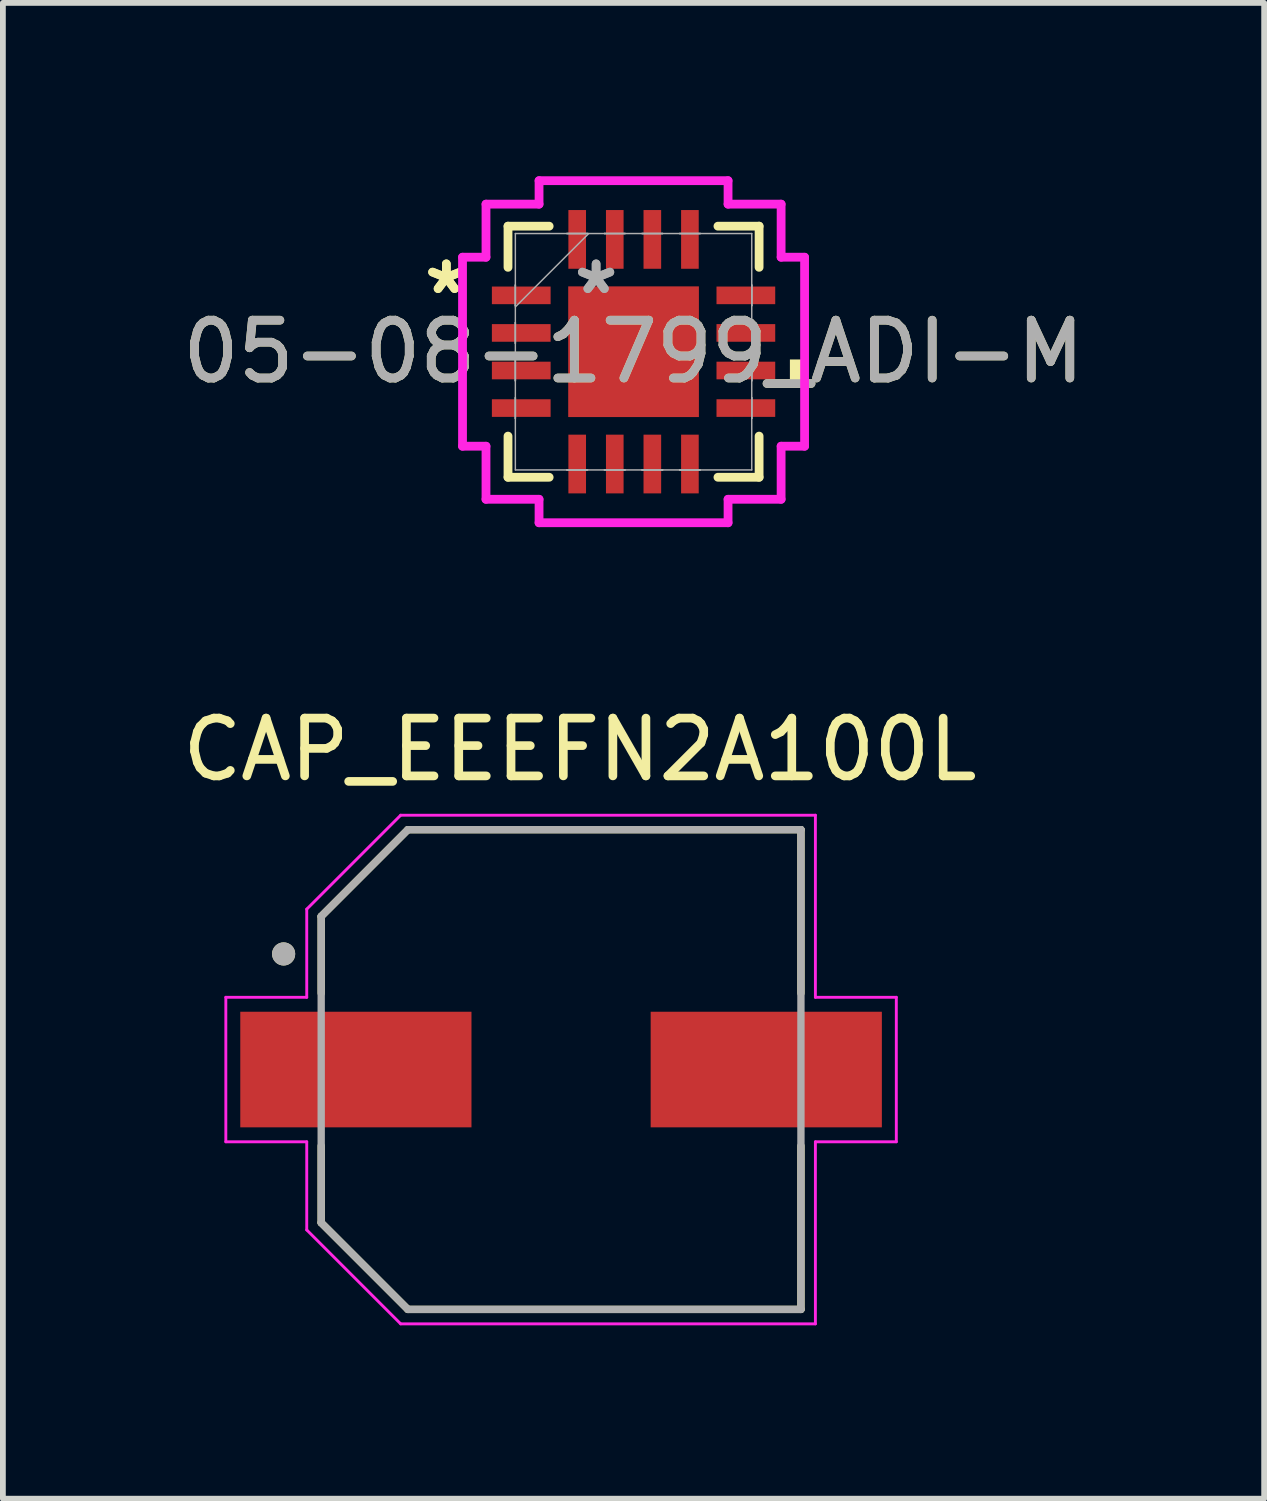
<source format=kicad_pcb>
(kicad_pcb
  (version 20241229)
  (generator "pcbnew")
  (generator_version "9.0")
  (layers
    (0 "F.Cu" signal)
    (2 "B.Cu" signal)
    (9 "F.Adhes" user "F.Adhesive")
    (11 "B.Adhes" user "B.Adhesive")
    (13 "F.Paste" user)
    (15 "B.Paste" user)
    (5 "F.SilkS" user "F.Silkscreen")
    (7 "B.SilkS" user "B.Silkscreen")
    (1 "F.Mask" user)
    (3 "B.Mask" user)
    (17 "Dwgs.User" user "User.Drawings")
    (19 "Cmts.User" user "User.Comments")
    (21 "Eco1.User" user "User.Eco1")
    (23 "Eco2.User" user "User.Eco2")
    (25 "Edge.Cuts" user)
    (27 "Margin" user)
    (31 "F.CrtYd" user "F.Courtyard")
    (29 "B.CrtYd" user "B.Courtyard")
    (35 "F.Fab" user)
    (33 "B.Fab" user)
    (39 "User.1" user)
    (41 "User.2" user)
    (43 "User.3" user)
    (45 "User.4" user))
  (footprint "05-08-1799_ADI-M"
    (layer "F.Cu")
    (at 7.911 3.035)
    (property "Reference" "05-08-1799_ADI-M" (at 0 0 0) (unlocked yes) (layer "F.SilkS") (effects (font (size 1 1) (thickness 0.15))))
    (attr smd)
    (fp_line (start -2.172 -2.172) (end -2.172 -1.46) (stroke (width 0.152) (type solid)) (layer "F.SilkS"))
    (fp_line (start -2.172 1.46) (end -2.172 2.172) (stroke (width 0.152) (type solid)) (layer "F.SilkS"))
    (fp_line (start -2.172 2.172) (end -1.46 2.172) (stroke (width 0.152) (type solid)) (layer "F.SilkS"))
    (fp_line (start -1.46 -2.172) (end -2.172 -2.172) (stroke (width 0.152) (type solid)) (layer "F.SilkS"))
    (fp_line (start 1.46 2.172) (end 2.172 2.172) (stroke (width 0.152) (type solid)) (layer "F.SilkS"))
    (fp_line (start 2.172 -2.172) (end 1.46 -2.172) (stroke (width 0.152) (type solid)) (layer "F.SilkS"))
    (fp_line (start 2.172 -1.46) (end 2.172 -2.172) (stroke (width 0.152) (type solid)) (layer "F.SilkS"))
    (fp_line (start 2.172 2.172) (end 2.172 1.46) (stroke (width 0.152) (type solid)) (layer "F.SilkS"))
    (fp_poly (pts (xy 2.959 0.134) (xy 2.959 0.515) (xy 2.705 0.515) (xy 2.705 0.134)) (stroke (width 0) (type solid)) (fill yes) (layer "F.SilkS"))
    (fp_line (start -2.959 -1.635) (end -2.553 -1.635) (stroke (width 0.152) (type solid)) (layer "F.CrtYd"))
    (fp_line (start -2.959 1.635) (end -2.959 -1.635) (stroke (width 0.152) (type solid)) (layer "F.CrtYd"))
    (fp_line (start -2.553 -2.553) (end -1.635 -2.553) (stroke (width 0.152) (type solid)) (layer "F.CrtYd"))
    (fp_line (start -2.553 -1.635) (end -2.553 -2.553) (stroke (width 0.152) (type solid)) (layer "F.CrtYd"))
    (fp_line (start -2.553 1.635) (end -2.959 1.635) (stroke (width 0.152) (type solid)) (layer "F.CrtYd"))
    (fp_line (start -2.553 2.553) (end -2.553 1.635) (stroke (width 0.152) (type solid)) (layer "F.CrtYd"))
    (fp_line (start -1.635 -2.959) (end 1.635 -2.959) (stroke (width 0.152) (type solid)) (layer "F.CrtYd"))
    (fp_line (start -1.635 -2.553) (end -1.635 -2.959) (stroke (width 0.152) (type solid)) (layer "F.CrtYd"))
    (fp_line (start -1.635 2.553) (end -2.553 2.553) (stroke (width 0.152) (type solid)) (layer "F.CrtYd"))
    (fp_line (start -1.635 2.959) (end -1.635 2.553) (stroke (width 0.152) (type solid)) (layer "F.CrtYd"))
    (fp_line (start 1.635 -2.959) (end 1.635 -2.553) (stroke (width 0.152) (type solid)) (layer "F.CrtYd"))
    (fp_line (start 1.635 -2.553) (end 2.553 -2.553) (stroke (width 0.152) (type solid)) (layer "F.CrtYd"))
    (fp_line (start 1.635 2.553) (end 1.635 2.959) (stroke (width 0.152) (type solid)) (layer "F.CrtYd"))
    (fp_line (start 1.635 2.959) (end -1.635 2.959) (stroke (width 0.152) (type solid)) (layer "F.CrtYd"))
    (fp_line (start 2.553 -2.553) (end 2.553 -1.635) (stroke (width 0.152) (type solid)) (layer "F.CrtYd"))
    (fp_line (start 2.553 -1.635) (end 2.959 -1.635) (stroke (width 0.152) (type solid)) (layer "F.CrtYd"))
    (fp_line (start 2.553 1.635) (end 2.553 2.553) (stroke (width 0.152) (type solid)) (layer "F.CrtYd"))
    (fp_line (start 2.553 2.553) (end 1.635 2.553) (stroke (width 0.152) (type solid)) (layer "F.CrtYd"))
    (fp_line (start 2.959 -1.635) (end 2.959 1.635) (stroke (width 0.152) (type solid)) (layer "F.CrtYd"))
    (fp_line (start 2.959 1.635) (end 2.553 1.635) (stroke (width 0.152) (type solid)) (layer "F.CrtYd"))
    (fp_line (start -2.045 -2.045) (end -2.045 2.045) (stroke (width 0.025) (type solid)) (layer "F.Fab"))
    (fp_line (start -2.045 -1.153) (end -2.045 -1.153) (stroke (width 0.025) (type solid)) (layer "F.Fab"))
    (fp_line (start -2.045 -1.153) (end -2.045 -0.797) (stroke (width 0.025) (type solid)) (layer "F.Fab"))
    (fp_line (start -2.045 -0.797) (end -2.045 -1.153) (stroke (width 0.025) (type solid)) (layer "F.Fab"))
    (fp_line (start -2.045 -0.797) (end -2.045 -0.797) (stroke (width 0.025) (type solid)) (layer "F.Fab"))
    (fp_line (start -2.045 -0.775) (end -0.775 -2.045) (stroke (width 0.025) (type solid)) (layer "F.Fab"))
    (fp_line (start -2.045 -0.503) (end -2.045 -0.503) (stroke (width 0.025) (type solid)) (layer "F.Fab"))
    (fp_line (start -2.045 -0.503) (end -2.045 -0.147) (stroke (width 0.025) (type solid)) (layer "F.Fab"))
    (fp_line (start -2.045 -0.147) (end -2.045 -0.503) (stroke (width 0.025) (type solid)) (layer "F.Fab"))
    (fp_line (start -2.045 -0.147) (end -2.045 -0.147) (stroke (width 0.025) (type solid)) (layer "F.Fab"))
    (fp_line (start -2.045 0.147) (end -2.045 0.147) (stroke (width 0.025) (type solid)) (layer "F.Fab"))
    (fp_line (start -2.045 0.147) (end -2.045 0.503) (stroke (width 0.025) (type solid)) (layer "F.Fab"))
    (fp_line (start -2.045 0.503) (end -2.045 0.147) (stroke (width 0.025) (type solid)) (layer "F.Fab"))
    (fp_line (start -2.045 0.503) (end -2.045 0.503) (stroke (width 0.025) (type solid)) (layer "F.Fab"))
    (fp_line (start -2.045 0.797) (end -2.045 0.797) (stroke (width 0.025) (type solid)) (layer "F.Fab"))
    (fp_line (start -2.045 0.797) (end -2.045 1.153) (stroke (width 0.025) (type solid)) (layer "F.Fab"))
    (fp_line (start -2.045 1.153) (end -2.045 0.797) (stroke (width 0.025) (type solid)) (layer "F.Fab"))
    (fp_line (start -2.045 1.153) (end -2.045 1.153) (stroke (width 0.025) (type solid)) (layer "F.Fab"))
    (fp_line (start -2.045 2.045) (end 2.045 2.045) (stroke (width 0.025) (type solid)) (layer "F.Fab"))
    (fp_line (start -1.153 -2.045) (end -1.153 -2.045) (stroke (width 0.025) (type solid)) (layer "F.Fab"))
    (fp_line (start -1.153 -2.045) (end -0.797 -2.045) (stroke (width 0.025) (type solid)) (layer "F.Fab"))
    (fp_line (start -1.153 2.045) (end -1.153 2.045) (stroke (width 0.025) (type solid)) (layer "F.Fab"))
    (fp_line (start -1.153 2.045) (end -0.797 2.045) (stroke (width 0.025) (type solid)) (layer "F.Fab"))
    (fp_line (start -0.797 -2.045) (end -1.153 -2.045) (stroke (width 0.025) (type solid)) (layer "F.Fab"))
    (fp_line (start -0.797 -2.045) (end -0.797 -2.045) (stroke (width 0.025) (type solid)) (layer "F.Fab"))
    (fp_line (start -0.797 2.045) (end -1.153 2.045) (stroke (width 0.025) (type solid)) (layer "F.Fab"))
    (fp_line (start -0.797 2.045) (end -0.797 2.045) (stroke (width 0.025) (type solid)) (layer "F.Fab"))
    (fp_line (start -0.503 -2.045) (end -0.503 -2.045) (stroke (width 0.025) (type solid)) (layer "F.Fab"))
    (fp_line (start -0.503 -2.045) (end -0.147 -2.045) (stroke (width 0.025) (type solid)) (layer "F.Fab"))
    (fp_line (start -0.503 2.045) (end -0.503 2.045) (stroke (width 0.025) (type solid)) (layer "F.Fab"))
    (fp_line (start -0.503 2.045) (end -0.147 2.045) (stroke (width 0.025) (type solid)) (layer "F.Fab"))
    (fp_line (start -0.147 -2.045) (end -0.503 -2.045) (stroke (width 0.025) (type solid)) (layer "F.Fab"))
    (fp_line (start -0.147 -2.045) (end -0.147 -2.045) (stroke (width 0.025) (type solid)) (layer "F.Fab"))
    (fp_line (start -0.147 2.045) (end -0.503 2.045) (stroke (width 0.025) (type solid)) (layer "F.Fab"))
    (fp_line (start -0.147 2.045) (end -0.147 2.045) (stroke (width 0.025) (type solid)) (layer "F.Fab"))
    (fp_line (start 0.147 -2.045) (end 0.147 -2.045) (stroke (width 0.025) (type solid)) (layer "F.Fab"))
    (fp_line (start 0.147 -2.045) (end 0.503 -2.045) (stroke (width 0.025) (type solid)) (layer "F.Fab"))
    (fp_line (start 0.147 2.045) (end 0.147 2.045) (stroke (width 0.025) (type solid)) (layer "F.Fab"))
    (fp_line (start 0.147 2.045) (end 0.503 2.045) (stroke (width 0.025) (type solid)) (layer "F.Fab"))
    (fp_line (start 0.503 -2.045) (end 0.147 -2.045) (stroke (width 0.025) (type solid)) (layer "F.Fab"))
    (fp_line (start 0.503 -2.045) (end 0.503 -2.045) (stroke (width 0.025) (type solid)) (layer "F.Fab"))
    (fp_line (start 0.503 2.045) (end 0.147 2.045) (stroke (width 0.025) (type solid)) (layer "F.Fab"))
    (fp_line (start 0.503 2.045) (end 0.503 2.045) (stroke (width 0.025) (type solid)) (layer "F.Fab"))
    (fp_line (start 0.797 -2.045) (end 0.797 -2.045) (stroke (width 0.025) (type solid)) (layer "F.Fab"))
    (fp_line (start 0.797 -2.045) (end 1.153 -2.045) (stroke (width 0.025) (type solid)) (layer "F.Fab"))
    (fp_line (start 0.797 2.045) (end 0.797 2.045) (stroke (width 0.025) (type solid)) (layer "F.Fab"))
    (fp_line (start 0.797 2.045) (end 1.153 2.045) (stroke (width 0.025) (type solid)) (layer "F.Fab"))
    (fp_line (start 1.153 -2.045) (end 0.797 -2.045) (stroke (width 0.025) (type solid)) (layer "F.Fab"))
    (fp_line (start 1.153 -2.045) (end 1.153 -2.045) (stroke (width 0.025) (type solid)) (layer "F.Fab"))
    (fp_line (start 1.153 2.045) (end 0.797 2.045) (stroke (width 0.025) (type solid)) (layer "F.Fab"))
    (fp_line (start 1.153 2.045) (end 1.153 2.045) (stroke (width 0.025) (type solid)) (layer "F.Fab"))
    (fp_line (start 2.045 -2.045) (end -2.045 -2.045) (stroke (width 0.025) (type solid)) (layer "F.Fab"))
    (fp_line (start 2.045 -1.153) (end 2.045 -1.153) (stroke (width 0.025) (type solid)) (layer "F.Fab"))
    (fp_line (start 2.045 -1.153) (end 2.045 -0.797) (stroke (width 0.025) (type solid)) (layer "F.Fab"))
    (fp_line (start 2.045 -0.797) (end 2.045 -1.153) (stroke (width 0.025) (type solid)) (layer "F.Fab"))
    (fp_line (start 2.045 -0.797) (end 2.045 -0.797) (stroke (width 0.025) (type solid)) (layer "F.Fab"))
    (fp_line (start 2.045 -0.503) (end 2.045 -0.503) (stroke (width 0.025) (type solid)) (layer "F.Fab"))
    (fp_line (start 2.045 -0.503) (end 2.045 -0.147) (stroke (width 0.025) (type solid)) (layer "F.Fab"))
    (fp_line (start 2.045 -0.147) (end 2.045 -0.503) (stroke (width 0.025) (type solid)) (layer "F.Fab"))
    (fp_line (start 2.045 -0.147) (end 2.045 -0.147) (stroke (width 0.025) (type solid)) (layer "F.Fab"))
    (fp_line (start 2.045 0.147) (end 2.045 0.147) (stroke (width 0.025) (type solid)) (layer "F.Fab"))
    (fp_line (start 2.045 0.147) (end 2.045 0.503) (stroke (width 0.025) (type solid)) (layer "F.Fab"))
    (fp_line (start 2.045 0.503) (end 2.045 0.147) (stroke (width 0.025) (type solid)) (layer "F.Fab"))
    (fp_line (start 2.045 0.503) (end 2.045 0.503) (stroke (width 0.025) (type solid)) (layer "F.Fab"))
    (fp_line (start 2.045 0.797) (end 2.045 0.797) (stroke (width 0.025) (type solid)) (layer "F.Fab"))
    (fp_line (start 2.045 0.797) (end 2.045 1.153) (stroke (width 0.025) (type solid)) (layer "F.Fab"))
    (fp_line (start 2.045 1.153) (end 2.045 0.797) (stroke (width 0.025) (type solid)) (layer "F.Fab"))
    (fp_line (start 2.045 1.153) (end 2.045 1.153) (stroke (width 0.025) (type solid)) (layer "F.Fab"))
    (fp_line (start 2.045 2.045) (end 2.045 -2.045) (stroke (width 0.025) (type solid)) (layer "F.Fab"))
    (fp_text user "*" (at -3.239 -0.975 0) (unlocked yes) (layer "F.SilkS") (effects (font (size 1 1) (thickness 0.15))))
    (fp_text user "*" (at -3.239 -0.975 0) (layer "F.SilkS") (effects (font (size 1 1) (thickness 0.15))))
    (fp_text user "*" (at -0.648 -0.975 0) (layer "F.Fab") (effects (font (size 1 1) (thickness 0.15))))
    (fp_text user "*" (at -0.648 -0.975 0) (unlocked yes) (layer "F.Fab") (effects (font (size 1 1) (thickness 0.15))))
    (fp_text user "${REFERENCE}" (at 0 0 0) (unlocked yes) (layer "F.Fab") (effects (font (size 1 1) (thickness 0.15))))
    (pad "1" smd rect (at -1.943 -0.975 90) (size 0.305 1.016) (layers "F.Cu" "F.Mask" "F.Paste"))
    (pad "2" smd rect (at -1.943 -0.325 90) (size 0.305 1.016) (layers "F.Cu" "F.Mask" "F.Paste"))
    (pad "3" smd rect (at -1.943 0.325 90) (size 0.305 1.016) (layers "F.Cu" "F.Mask" "F.Paste"))
    (pad "4" smd rect (at -1.943 0.975 90) (size 0.305 1.016) (layers "F.Cu" "F.Mask" "F.Paste"))
    (pad "5" smd rect (at -0.975 1.943) (size 0.305 1.016) (layers "F.Cu" "F.Mask" "F.Paste"))
    (pad "6" smd rect (at -0.325 1.943) (size 0.305 1.016) (layers "F.Cu" "F.Mask" "F.Paste"))
    (pad "7" smd rect (at 0.325 1.943) (size 0.305 1.016) (layers "F.Cu" "F.Mask" "F.Paste"))
    (pad "8" smd rect (at 0.975 1.943) (size 0.305 1.016) (layers "F.Cu" "F.Mask" "F.Paste"))
    (pad "9" smd rect (at 1.943 0.975 90) (size 0.305 1.016) (layers "F.Cu" "F.Mask" "F.Paste"))
    (pad "10" smd rect (at 1.943 0.325 90) (size 0.305 1.016) (layers "F.Cu" "F.Mask" "F.Paste"))
    (pad "11" smd rect (at 1.943 -0.325 90) (size 0.305 1.016) (layers "F.Cu" "F.Mask" "F.Paste"))
    (pad "12" smd rect (at 1.943 -0.975 90) (size 0.305 1.016) (layers "F.Cu" "F.Mask" "F.Paste"))
    (pad "13" smd rect (at 0.975 -1.943) (size 0.305 1.016) (layers "F.Cu" "F.Mask" "F.Paste"))
    (pad "14" smd rect (at 0.325 -1.943) (size 0.305 1.016) (layers "F.Cu" "F.Mask" "F.Paste"))
    (pad "15" smd rect (at -0.325 -1.943) (size 0.305 1.016) (layers "F.Cu" "F.Mask" "F.Paste"))
    (pad "16" smd rect (at -0.975 -1.943) (size 0.305 1.016) (layers "F.Cu" "F.Mask" "F.Paste"))
    (pad "17" smd rect (at 0 0) (size 2.261 2.261) (layers "F.Cu" "F.Mask" "F.Paste")))
  (footprint "CAP_EEEFN2A100L"
    (layer "F.Cu")
    (at 6.657 15.454)
    (property "Reference" "CAP_EEEFN2A100L" (at 0.325 -5.535 0) (layer "F.SilkS") (effects (font (size 1 1) (thickness 0.15))))
    (attr smd)
    (fp_line (start -4.15 -2.65) (end -4.15 -1.32) (stroke (width 0.127) (type solid)) (layer "F.SilkS"))
    (fp_line (start -4.15 1.32) (end -4.15 2.65) (stroke (width 0.127) (type solid)) (layer "F.SilkS"))
    (fp_line (start -4.15 2.65) (end -2.65 4.15) (stroke (width 0.127) (type solid)) (layer "F.SilkS"))
    (fp_line (start -2.65 -4.15) (end -4.15 -2.65) (stroke (width 0.127) (type solid)) (layer "F.SilkS"))
    (fp_line (start -2.65 4.15) (end 4.15 4.15) (stroke (width 0.127) (type solid)) (layer "F.SilkS"))
    (fp_line (start 4.15 -4.15) (end -2.65 -4.15) (stroke (width 0.127) (type solid)) (layer "F.SilkS"))
    (fp_line (start 4.15 -1.32) (end 4.15 -4.15) (stroke (width 0.127) (type solid)) (layer "F.SilkS"))
    (fp_line (start 4.15 4.15) (end 4.15 1.32) (stroke (width 0.127) (type solid)) (layer "F.SilkS"))
    (fp_circle (center -4.8 -2) (end -4.7 -2) (stroke (width 0.2) (type solid)) (fill no) (layer "F.SilkS"))
    (fp_line (start -5.8 -1.25) (end -4.4 -1.25) (stroke (width 0.05) (type solid)) (layer "F.CrtYd"))
    (fp_line (start -5.8 1.25) (end -5.8 -1.25) (stroke (width 0.05) (type solid)) (layer "F.CrtYd"))
    (fp_line (start -4.4 -2.775) (end -2.775 -4.4) (stroke (width 0.05) (type solid)) (layer "F.CrtYd"))
    (fp_line (start -4.4 -1.25) (end -4.4 -2.775) (stroke (width 0.05) (type solid)) (layer "F.CrtYd"))
    (fp_line (start -4.4 1.25) (end -5.8 1.25) (stroke (width 0.05) (type solid)) (layer "F.CrtYd"))
    (fp_line (start -4.4 2.775) (end -4.4 1.25) (stroke (width 0.05) (type solid)) (layer "F.CrtYd"))
    (fp_line (start -2.775 -4.4) (end 4.4 -4.4) (stroke (width 0.05) (type solid)) (layer "F.CrtYd"))
    (fp_line (start -2.775 4.4) (end -4.4 2.775) (stroke (width 0.05) (type solid)) (layer "F.CrtYd"))
    (fp_line (start 4.4 -4.4) (end 4.4 -1.25) (stroke (width 0.05) (type solid)) (layer "F.CrtYd"))
    (fp_line (start 4.4 -1.25) (end 5.8 -1.25) (stroke (width 0.05) (type solid)) (layer "F.CrtYd"))
    (fp_line (start 4.4 1.25) (end 4.4 4.4) (stroke (width 0.05) (type solid)) (layer "F.CrtYd"))
    (fp_line (start 4.4 4.4) (end -2.775 4.4) (stroke (width 0.05) (type solid)) (layer "F.CrtYd"))
    (fp_line (start 5.8 -1.25) (end 5.8 1.25) (stroke (width 0.05) (type solid)) (layer "F.CrtYd"))
    (fp_line (start 5.8 1.25) (end 4.4 1.25) (stroke (width 0.05) (type solid)) (layer "F.CrtYd"))
    (fp_line (start -4.15 -2.65) (end -4.15 2.65) (stroke (width 0.127) (type solid)) (layer "F.Fab"))
    (fp_line (start -4.15 2.65) (end -2.65 4.15) (stroke (width 0.127) (type solid)) (layer "F.Fab"))
    (fp_line (start -2.65 -4.15) (end -4.15 -2.65) (stroke (width 0.127) (type solid)) (layer "F.Fab"))
    (fp_line (start -2.65 4.15) (end 4.15 4.15) (stroke (width 0.127) (type solid)) (layer "F.Fab"))
    (fp_line (start 4.15 -4.15) (end -2.65 -4.15) (stroke (width 0.127) (type solid)) (layer "F.Fab"))
    (fp_line (start 4.15 4.15) (end 4.15 -4.15) (stroke (width 0.127) (type solid)) (layer "F.Fab"))
    (fp_circle (center -4.8 -2) (end -4.7 -2) (stroke (width 0.2) (type solid)) (fill no) (layer "F.Fab"))
    (pad "1" smd rect (at -3.55 0) (size 4 2) (layers "F.Cu" "F.Mask" "F.Paste"))
    (pad "2" smd rect (at 3.55 0) (size 4 2) (layers "F.Cu" "F.Mask" "F.Paste")))
  (gr_rect
    (start -3 -3)
    (end 18.821 22.879)
    (stroke (width 0.1) (type default))
    (fill no)
    (layer "Edge.Cuts")))
</source>
